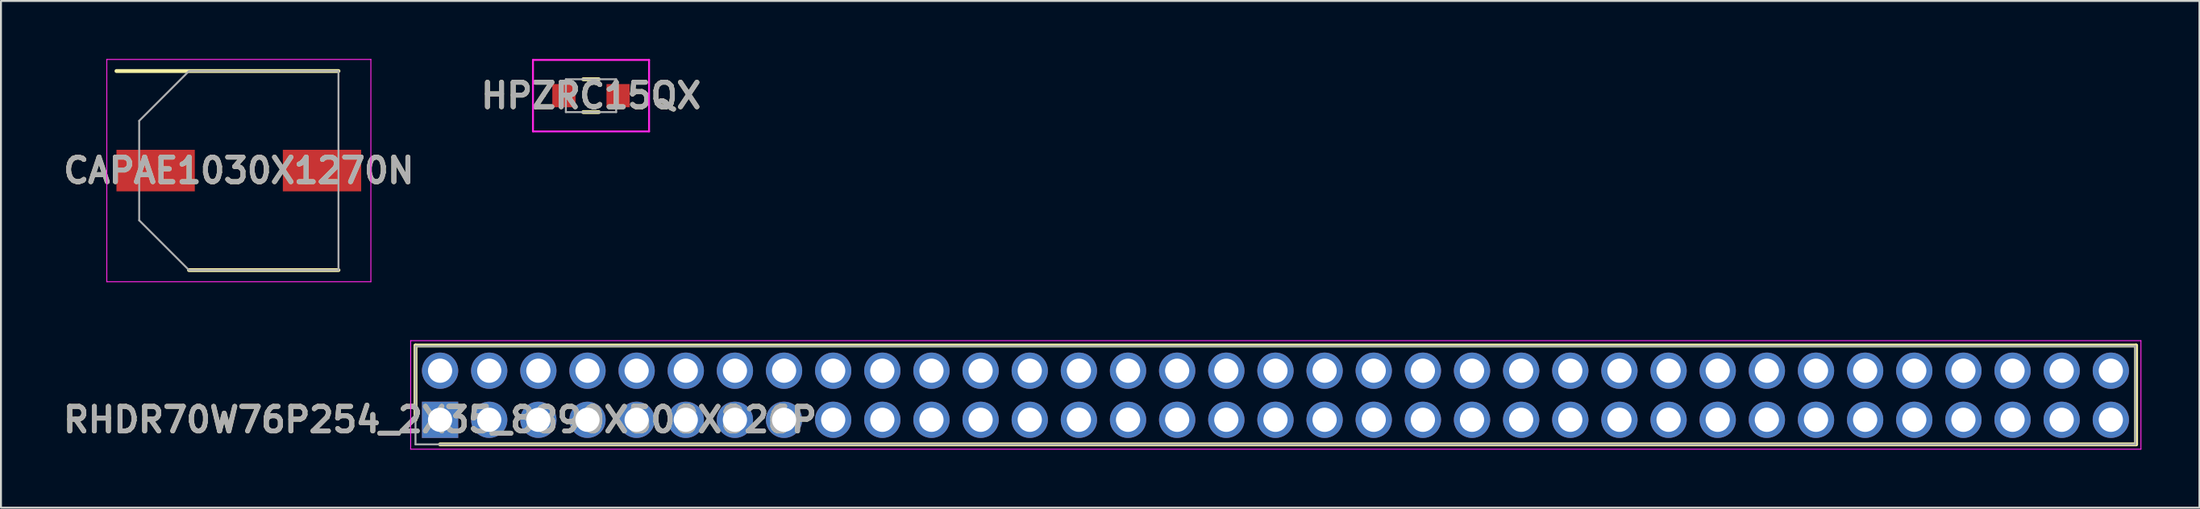
<source format=kicad_pcb>
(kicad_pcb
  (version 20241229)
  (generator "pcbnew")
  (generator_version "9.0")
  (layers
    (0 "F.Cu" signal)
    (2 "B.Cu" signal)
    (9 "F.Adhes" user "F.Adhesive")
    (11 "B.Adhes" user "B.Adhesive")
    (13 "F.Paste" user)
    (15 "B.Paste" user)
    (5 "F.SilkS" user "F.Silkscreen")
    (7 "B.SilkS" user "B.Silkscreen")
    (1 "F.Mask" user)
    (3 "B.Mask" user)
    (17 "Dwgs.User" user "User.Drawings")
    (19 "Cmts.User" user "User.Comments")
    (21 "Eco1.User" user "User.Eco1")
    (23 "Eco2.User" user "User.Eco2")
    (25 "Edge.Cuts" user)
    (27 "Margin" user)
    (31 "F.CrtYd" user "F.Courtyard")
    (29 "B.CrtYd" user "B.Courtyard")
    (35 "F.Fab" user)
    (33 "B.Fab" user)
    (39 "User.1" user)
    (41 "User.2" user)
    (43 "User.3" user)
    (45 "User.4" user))
  (footprint "RHDR70W76P254_2X35_8890X508X826P"
    (layer "F.Cu")
    (at 19.697 18.67)
    (property "Reference" "RHDR70W76P254_2X35_8890X508X826P" (at 0 0 0) (layer "F.SilkS") (effects (font (size 1.27 1.27) (thickness 0.254))))
    (attr through_hole)
    (fp_line (start -1.27 -3.845) (end -1.27 0) (stroke (width 0.2) (type solid)) (layer "F.SilkS"))
    (fp_line (start 0 1.27) (end 87.665 1.27) (stroke (width 0.2) (type solid)) (layer "F.SilkS"))
    (fp_line (start 87.665 -3.845) (end -1.27 -3.845) (stroke (width 0.2) (type solid)) (layer "F.SilkS"))
    (fp_line (start 87.665 1.27) (end 87.665 -3.845) (stroke (width 0.2) (type solid)) (layer "F.SilkS"))
    (fp_line (start -1.52 -4.095) (end 87.915 -4.095) (stroke (width 0.05) (type solid)) (layer "F.CrtYd"))
    (fp_line (start -1.52 1.52) (end -1.52 -4.095) (stroke (width 0.05) (type solid)) (layer "F.CrtYd"))
    (fp_line (start 87.915 -4.095) (end 87.915 1.52) (stroke (width 0.05) (type solid)) (layer "F.CrtYd"))
    (fp_line (start 87.915 1.52) (end -1.52 1.52) (stroke (width 0.05) (type solid)) (layer "F.CrtYd"))
    (fp_line (start -1.27 -3.81) (end 87.63 -3.81) (stroke (width 0.1) (type solid)) (layer "F.Fab"))
    (fp_line (start -1.27 1.27) (end -1.27 -3.81) (stroke (width 0.1) (type solid)) (layer "F.Fab"))
    (fp_line (start 87.63 -3.81) (end 87.63 1.27) (stroke (width 0.1) (type solid)) (layer "F.Fab"))
    (fp_line (start 87.63 1.27) (end -1.27 1.27) (stroke (width 0.1) (type solid)) (layer "F.Fab"))
    (fp_text user "${REFERENCE}" (at 0 0 0) (layer "F.Fab") (effects (font (size 1.27 1.27) (thickness 0.254))))
    (pad "1" thru_hole rect (at 0 0) (size 1.875 1.875) (drill 1.25) (layers "*.Cu" "*.Mask"))
    (pad "2" thru_hole circle (at 0 -2.54) (size 1.875 1.875) (drill 1.25) (layers "*.Cu" "*.Mask"))
    (pad "3" thru_hole circle (at 2.54 0) (size 1.875 1.875) (drill 1.25) (layers "*.Cu" "*.Mask"))
    (pad "4" thru_hole circle (at 2.54 -2.54) (size 1.875 1.875) (drill 1.25) (layers "*.Cu" "*.Mask"))
    (pad "5" thru_hole circle (at 5.08 0) (size 1.875 1.875) (drill 1.25) (layers "*.Cu" "*.Mask"))
    (pad "6" thru_hole circle (at 5.08 -2.54) (size 1.875 1.875) (drill 1.25) (layers "*.Cu" "*.Mask"))
    (pad "7" thru_hole circle (at 7.62 0) (size 1.875 1.875) (drill 1.25) (layers "*.Cu" "*.Mask"))
    (pad "8" thru_hole circle (at 7.62 -2.54) (size 1.875 1.875) (drill 1.25) (layers "*.Cu" "*.Mask"))
    (pad "9" thru_hole circle (at 10.16 0) (size 1.875 1.875) (drill 1.25) (layers "*.Cu" "*.Mask"))
    (pad "10" thru_hole circle (at 10.16 -2.54) (size 1.875 1.875) (drill 1.25) (layers "*.Cu" "*.Mask"))
    (pad "11" thru_hole circle (at 12.7 0) (size 1.875 1.875) (drill 1.25) (layers "*.Cu" "*.Mask"))
    (pad "12" thru_hole circle (at 12.7 -2.54) (size 1.875 1.875) (drill 1.25) (layers "*.Cu" "*.Mask"))
    (pad "13" thru_hole circle (at 15.24 0) (size 1.875 1.875) (drill 1.25) (layers "*.Cu" "*.Mask"))
    (pad "14" thru_hole circle (at 15.24 -2.54) (size 1.875 1.875) (drill 1.25) (layers "*.Cu" "*.Mask"))
    (pad "15" thru_hole circle (at 17.78 0) (size 1.875 1.875) (drill 1.25) (layers "*.Cu" "*.Mask"))
    (pad "16" thru_hole circle (at 17.78 -2.54) (size 1.875 1.875) (drill 1.25) (layers "*.Cu" "*.Mask"))
    (pad "17" thru_hole circle (at 20.32 0) (size 1.875 1.875) (drill 1.25) (layers "*.Cu" "*.Mask"))
    (pad "18" thru_hole circle (at 20.32 -2.54) (size 1.875 1.875) (drill 1.25) (layers "*.Cu" "*.Mask"))
    (pad "19" thru_hole circle (at 22.86 0) (size 1.875 1.875) (drill 1.25) (layers "*.Cu" "*.Mask"))
    (pad "20" thru_hole circle (at 22.86 -2.54) (size 1.875 1.875) (drill 1.25) (layers "*.Cu" "*.Mask"))
    (pad "21" thru_hole circle (at 25.4 0) (size 1.875 1.875) (drill 1.25) (layers "*.Cu" "*.Mask"))
    (pad "22" thru_hole circle (at 25.4 -2.54) (size 1.875 1.875) (drill 1.25) (layers "*.Cu" "*.Mask"))
    (pad "23" thru_hole circle (at 27.94 0) (size 1.875 1.875) (drill 1.25) (layers "*.Cu" "*.Mask"))
    (pad "24" thru_hole circle (at 27.94 -2.54) (size 1.875 1.875) (drill 1.25) (layers "*.Cu" "*.Mask"))
    (pad "25" thru_hole circle (at 30.48 0) (size 1.875 1.875) (drill 1.25) (layers "*.Cu" "*.Mask"))
    (pad "26" thru_hole circle (at 30.48 -2.54) (size 1.875 1.875) (drill 1.25) (layers "*.Cu" "*.Mask"))
    (pad "27" thru_hole circle (at 33.02 0) (size 1.875 1.875) (drill 1.25) (layers "*.Cu" "*.Mask"))
    (pad "28" thru_hole circle (at 33.02 -2.54) (size 1.875 1.875) (drill 1.25) (layers "*.Cu" "*.Mask"))
    (pad "29" thru_hole circle (at 35.56 0) (size 1.875 1.875) (drill 1.25) (layers "*.Cu" "*.Mask"))
    (pad "30" thru_hole circle (at 35.56 -2.54) (size 1.875 1.875) (drill 1.25) (layers "*.Cu" "*.Mask"))
    (pad "31" thru_hole circle (at 38.1 0) (size 1.875 1.875) (drill 1.25) (layers "*.Cu" "*.Mask"))
    (pad "32" thru_hole circle (at 38.1 -2.54) (size 1.875 1.875) (drill 1.25) (layers "*.Cu" "*.Mask"))
    (pad "33" thru_hole circle (at 40.64 0) (size 1.875 1.875) (drill 1.25) (layers "*.Cu" "*.Mask"))
    (pad "34" thru_hole circle (at 40.64 -2.54) (size 1.875 1.875) (drill 1.25) (layers "*.Cu" "*.Mask"))
    (pad "35" thru_hole circle (at 43.18 0) (size 1.875 1.875) (drill 1.25) (layers "*.Cu" "*.Mask"))
    (pad "36" thru_hole circle (at 43.18 -2.54) (size 1.875 1.875) (drill 1.25) (layers "*.Cu" "*.Mask"))
    (pad "37" thru_hole circle (at 45.72 0) (size 1.875 1.875) (drill 1.25) (layers "*.Cu" "*.Mask"))
    (pad "38" thru_hole circle (at 45.72 -2.54) (size 1.875 1.875) (drill 1.25) (layers "*.Cu" "*.Mask"))
    (pad "39" thru_hole circle (at 48.26 0) (size 1.875 1.875) (drill 1.25) (layers "*.Cu" "*.Mask"))
    (pad "40" thru_hole circle (at 48.26 -2.54) (size 1.875 1.875) (drill 1.25) (layers "*.Cu" "*.Mask"))
    (pad "41" thru_hole circle (at 50.8 0) (size 1.875 1.875) (drill 1.25) (layers "*.Cu" "*.Mask"))
    (pad "42" thru_hole circle (at 50.8 -2.54) (size 1.875 1.875) (drill 1.25) (layers "*.Cu" "*.Mask"))
    (pad "43" thru_hole circle (at 53.34 0) (size 1.875 1.875) (drill 1.25) (layers "*.Cu" "*.Mask"))
    (pad "44" thru_hole circle (at 53.34 -2.54) (size 1.875 1.875) (drill 1.25) (layers "*.Cu" "*.Mask"))
    (pad "45" thru_hole circle (at 55.88 0) (size 1.875 1.875) (drill 1.25) (layers "*.Cu" "*.Mask"))
    (pad "46" thru_hole circle (at 55.88 -2.54) (size 1.875 1.875) (drill 1.25) (layers "*.Cu" "*.Mask"))
    (pad "47" thru_hole circle (at 58.42 0) (size 1.875 1.875) (drill 1.25) (layers "*.Cu" "*.Mask"))
    (pad "48" thru_hole circle (at 58.42 -2.54) (size 1.875 1.875) (drill 1.25) (layers "*.Cu" "*.Mask"))
    (pad "49" thru_hole circle (at 60.96 0) (size 1.875 1.875) (drill 1.25) (layers "*.Cu" "*.Mask"))
    (pad "50" thru_hole circle (at 60.96 -2.54) (size 1.875 1.875) (drill 1.25) (layers "*.Cu" "*.Mask"))
    (pad "51" thru_hole circle (at 63.5 0) (size 1.875 1.875) (drill 1.25) (layers "*.Cu" "*.Mask"))
    (pad "52" thru_hole circle (at 63.5 -2.54) (size 1.875 1.875) (drill 1.25) (layers "*.Cu" "*.Mask"))
    (pad "53" thru_hole circle (at 66.04 0) (size 1.875 1.875) (drill 1.25) (layers "*.Cu" "*.Mask"))
    (pad "54" thru_hole circle (at 66.04 -2.54) (size 1.875 1.875) (drill 1.25) (layers "*.Cu" "*.Mask"))
    (pad "55" thru_hole circle (at 68.58 0) (size 1.875 1.875) (drill 1.25) (layers "*.Cu" "*.Mask"))
    (pad "56" thru_hole circle (at 68.58 -2.54) (size 1.875 1.875) (drill 1.25) (layers "*.Cu" "*.Mask"))
    (pad "57" thru_hole circle (at 71.12 0) (size 1.875 1.875) (drill 1.25) (layers "*.Cu" "*.Mask"))
    (pad "58" thru_hole circle (at 71.12 -2.54) (size 1.875 1.875) (drill 1.25) (layers "*.Cu" "*.Mask"))
    (pad "59" thru_hole circle (at 73.66 0) (size 1.875 1.875) (drill 1.25) (layers "*.Cu" "*.Mask"))
    (pad "60" thru_hole circle (at 73.66 -2.54) (size 1.875 1.875) (drill 1.25) (layers "*.Cu" "*.Mask"))
    (pad "61" thru_hole circle (at 76.2 0) (size 1.875 1.875) (drill 1.25) (layers "*.Cu" "*.Mask"))
    (pad "62" thru_hole circle (at 76.2 -2.54) (size 1.875 1.875) (drill 1.25) (layers "*.Cu" "*.Mask"))
    (pad "63" thru_hole circle (at 78.74 0) (size 1.875 1.875) (drill 1.25) (layers "*.Cu" "*.Mask"))
    (pad "64" thru_hole circle (at 78.74 -2.54) (size 1.875 1.875) (drill 1.25) (layers "*.Cu" "*.Mask"))
    (pad "65" thru_hole circle (at 81.28 0) (size 1.875 1.875) (drill 1.25) (layers "*.Cu" "*.Mask"))
    (pad "66" thru_hole circle (at 81.28 -2.54) (size 1.875 1.875) (drill 1.25) (layers "*.Cu" "*.Mask"))
    (pad "67" thru_hole circle (at 83.82 0) (size 1.875 1.875) (drill 1.25) (layers "*.Cu" "*.Mask"))
    (pad "68" thru_hole circle (at 83.82 -2.54) (size 1.875 1.875) (drill 1.25) (layers "*.Cu" "*.Mask"))
    (pad "69" thru_hole circle (at 86.36 0) (size 1.875 1.875) (drill 1.25) (layers "*.Cu" "*.Mask"))
    (pad "70" thru_hole circle (at 86.36 -2.54) (size 1.875 1.875) (drill 1.25) (layers "*.Cu" "*.Mask")))
  (footprint "CAPAE1030X1270N"
    (layer "F.Cu")
    (at 9.295 5.775)
    (property "Reference" "CAPAE1030X1270N" (at 0 0 0) (layer "F.SilkS") (effects (font (size 1.27 1.27) (thickness 0.254))))
    (attr smd)
    (fp_line (start -6.325 -5.15) (end 5.15 -5.15) (stroke (width 0.2) (type solid)) (layer "F.SilkS"))
    (fp_line (start -2.575 5.15) (end 5.15 5.15) (stroke (width 0.2) (type solid)) (layer "F.SilkS"))
    (fp_line (start -6.825 -5.75) (end 6.825 -5.75) (stroke (width 0.05) (type solid)) (layer "F.CrtYd"))
    (fp_line (start -6.825 5.75) (end -6.825 -5.75) (stroke (width 0.05) (type solid)) (layer "F.CrtYd"))
    (fp_line (start 6.825 -5.75) (end 6.825 5.75) (stroke (width 0.05) (type solid)) (layer "F.CrtYd"))
    (fp_line (start 6.825 5.75) (end -6.825 5.75) (stroke (width 0.05) (type solid)) (layer "F.CrtYd"))
    (fp_line (start -5.15 -2.575) (end -5.15 2.575) (stroke (width 0.1) (type solid)) (layer "F.Fab"))
    (fp_line (start -5.15 2.575) (end -2.575 5.15) (stroke (width 0.1) (type solid)) (layer "F.Fab"))
    (fp_line (start -2.575 -5.15) (end -5.15 -2.575) (stroke (width 0.1) (type solid)) (layer "F.Fab"))
    (fp_line (start -2.575 5.15) (end 5.15 5.15) (stroke (width 0.1) (type solid)) (layer "F.Fab"))
    (fp_line (start 5.15 -5.15) (end -2.575 -5.15) (stroke (width 0.1) (type solid)) (layer "F.Fab"))
    (fp_line (start 5.15 5.15) (end 5.15 -5.15) (stroke (width 0.1) (type solid)) (layer "F.Fab"))
    (fp_text user "${REFERENCE}" (at 0 0 0) (layer "F.Fab") (effects (font (size 1.27 1.27) (thickness 0.254))))
    (pad "1" smd rect (at -4.3 0 90) (size 2.15 4.05) (layers "F.Cu" "F.Mask" "F.Paste"))
    (pad "2" smd rect (at 4.3 0 90) (size 2.15 4.05) (layers "F.Cu" "F.Mask" "F.Paste")))
  (footprint "HPZRC15QX"
    (layer "F.Cu")
    (at 27.499 1.9)
    (property "Reference" "HPZRC15QX" (at 0 0 0) (layer "F.SilkS") (effects (font (size 1.27 1.27) (thickness 0.254))))
    (attr smd)
    (fp_line (start -2.5 0) (end -2.5 0) (stroke (width 0.1) (type solid)) (layer "F.SilkS"))
    (fp_line (start -2.4 0) (end -2.4 0) (stroke (width 0.1) (type solid)) (layer "F.SilkS"))
    (fp_line (start -0.4 -0.85) (end 0.4 -0.85) (stroke (width 0.2) (type solid)) (layer "F.SilkS"))
    (fp_line (start 0.4 0.85) (end -0.4 0.85) (stroke (width 0.2) (type solid)) (layer "F.SilkS"))
    (fp_arc (start -2.5 0) (mid -2.45 -0.05) (end -2.4 0) (stroke (width 0.1) (type solid)) (layer "F.SilkS"))
    (fp_arc (start -2.4 0) (mid -2.45 0.05) (end -2.5 0) (stroke (width 0.1) (type solid)) (layer "F.SilkS"))
    (fp_line (start -3 -1.85) (end 3 -1.85) (stroke (width 0.1) (type solid)) (layer "F.CrtYd"))
    (fp_line (start -3 1.85) (end -3 -1.85) (stroke (width 0.1) (type solid)) (layer "F.CrtYd"))
    (fp_line (start 3 -1.85) (end 3 1.85) (stroke (width 0.1) (type solid)) (layer "F.CrtYd"))
    (fp_line (start 3 1.85) (end -3 1.85) (stroke (width 0.1) (type solid)) (layer "F.CrtYd"))
    (fp_line (start -1.3 -0.85) (end 1.3 -0.85) (stroke (width 0.1) (type solid)) (layer "F.Fab"))
    (fp_line (start -1.3 0.85) (end -1.3 -0.85) (stroke (width 0.1) (type solid)) (layer "F.Fab"))
    (fp_line (start 1.3 -0.85) (end 1.3 0.85) (stroke (width 0.1) (type solid)) (layer "F.Fab"))
    (fp_line (start 1.3 0.85) (end -1.3 0.85) (stroke (width 0.1) (type solid)) (layer "F.Fab"))
    (fp_text user "${REFERENCE}" (at 0 0 0) (layer "F.Fab") (effects (font (size 1.27 1.27) (thickness 0.254))))
    (pad "1" smd rect (at -1.4 0 90) (size 1.2 1.2) (layers "F.Cu" "F.Mask" "F.Paste"))
    (pad "2" smd rect (at 1.4 0 90) (size 1.2 1.2) (layers "F.Cu" "F.Mask" "F.Paste")))
  (gr_rect
    (start -3 -3)
    (end 110.637 23.215)
    (stroke (width 0.1) (type default))
    (fill no)
    (layer "Edge.Cuts")))
</source>
